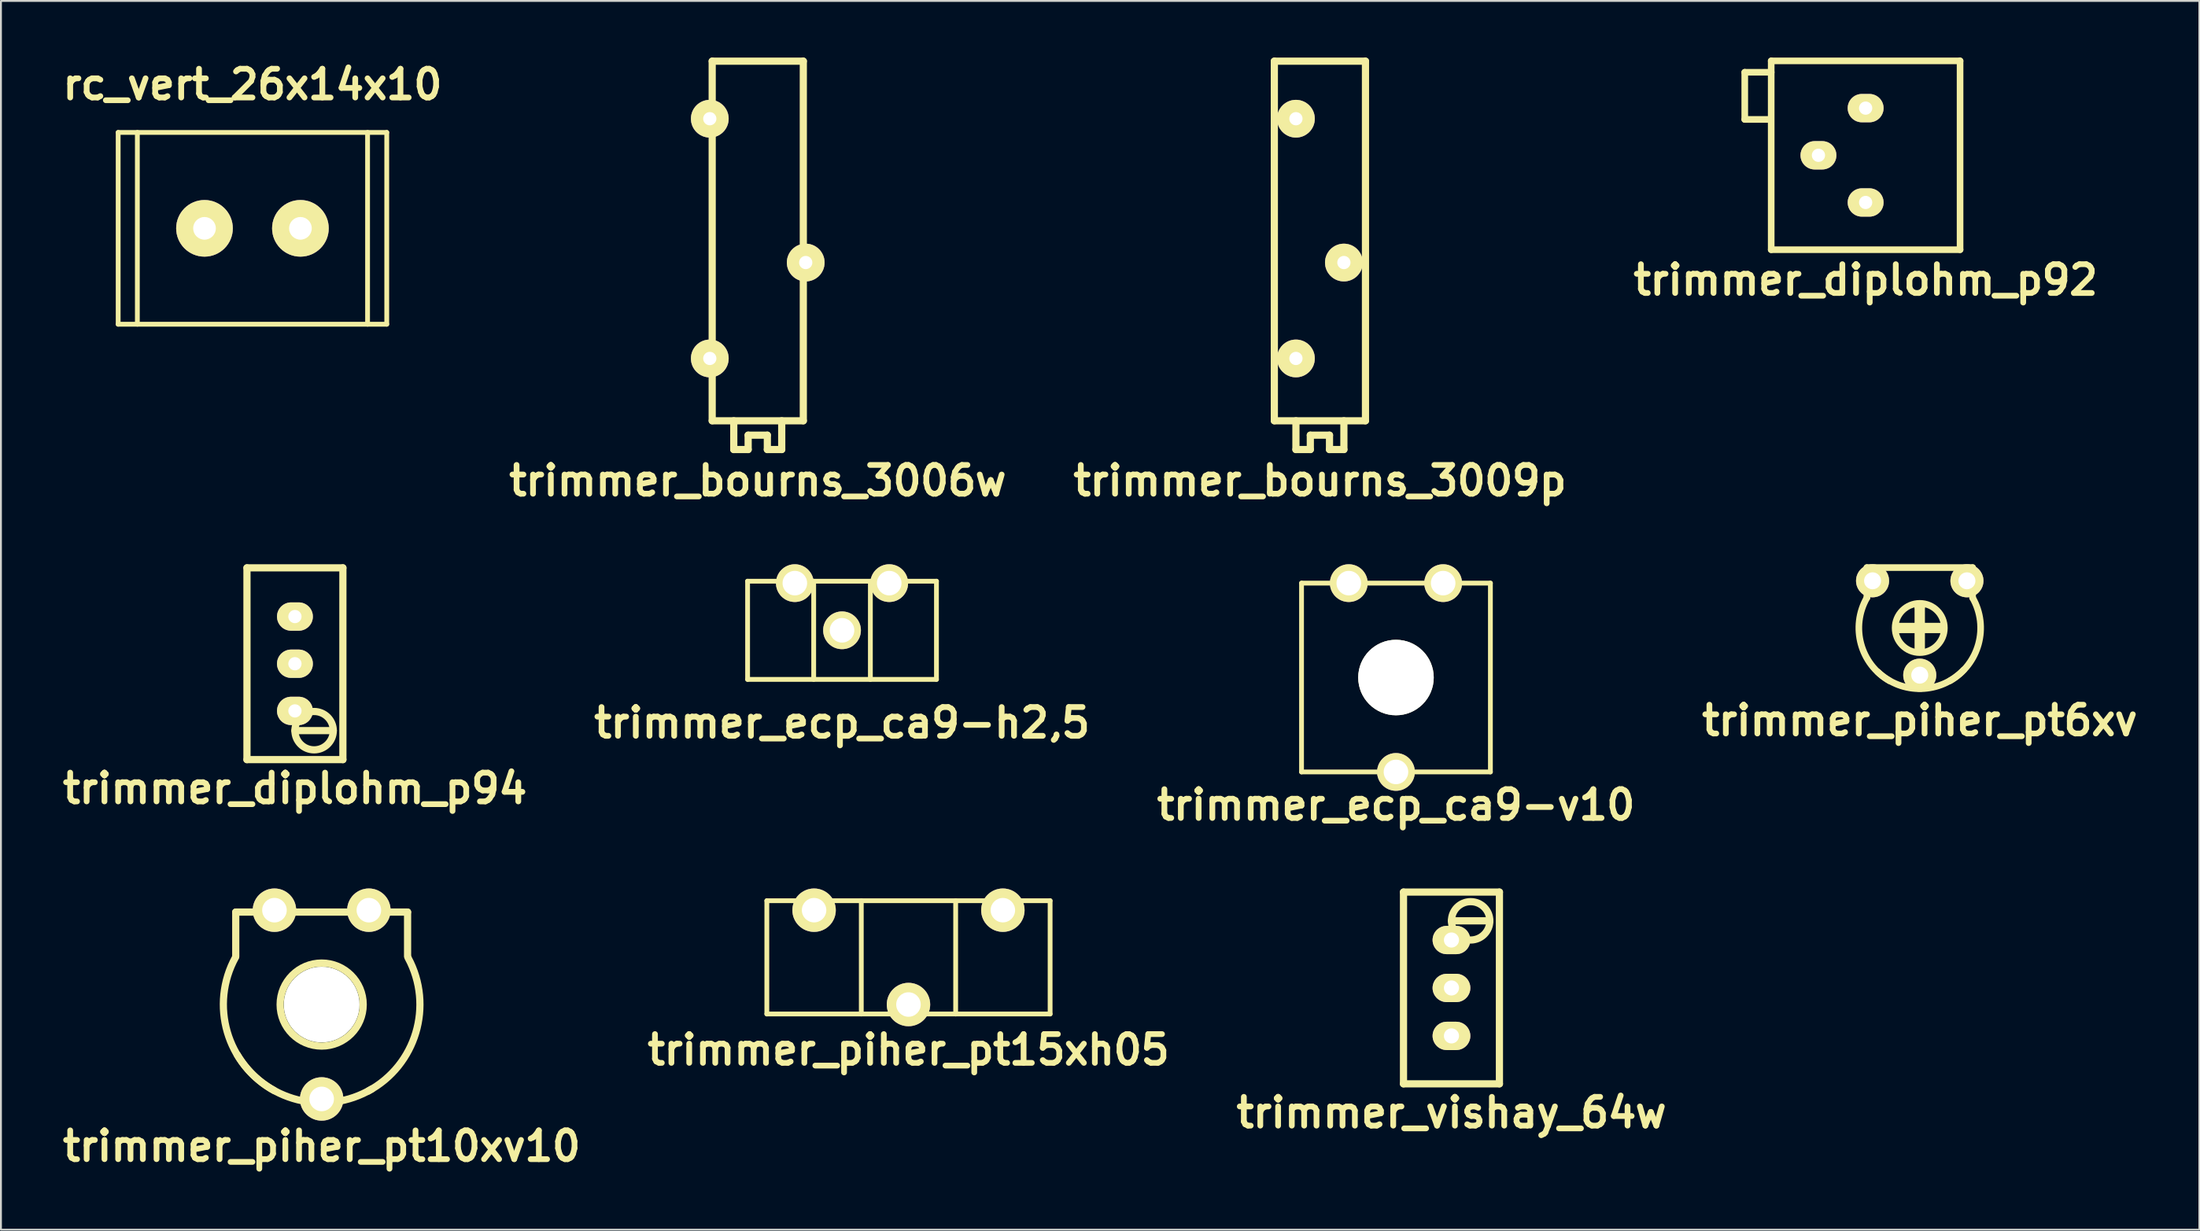
<source format=kicad_pcb>
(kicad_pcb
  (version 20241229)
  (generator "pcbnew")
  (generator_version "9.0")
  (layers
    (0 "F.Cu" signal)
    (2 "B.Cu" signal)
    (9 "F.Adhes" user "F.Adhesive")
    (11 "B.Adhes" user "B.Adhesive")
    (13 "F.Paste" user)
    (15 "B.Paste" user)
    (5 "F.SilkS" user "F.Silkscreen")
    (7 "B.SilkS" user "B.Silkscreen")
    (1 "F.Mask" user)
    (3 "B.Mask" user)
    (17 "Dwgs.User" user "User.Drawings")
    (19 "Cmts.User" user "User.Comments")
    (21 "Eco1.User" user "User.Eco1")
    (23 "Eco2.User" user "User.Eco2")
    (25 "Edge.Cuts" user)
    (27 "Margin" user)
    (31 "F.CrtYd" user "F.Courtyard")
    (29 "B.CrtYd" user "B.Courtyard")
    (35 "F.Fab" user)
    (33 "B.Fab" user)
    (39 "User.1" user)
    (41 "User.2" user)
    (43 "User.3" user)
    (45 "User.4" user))
  (footprint "trimmer_ecp_ca9-v10"
    (layer "F.Cu")
    (at 70.879 32.843)
    (property "Reference" "trimmer_ecp_ca9-v10" (at 0 6.749 0) (layer "F.SilkS") (effects (font (size 1.524 1.524) (thickness 0.305))))
    (attr through_hole)
    (fp_line (start -5.001 -5.001) (end -5.001 5.001) (stroke (width 0.254) (type solid)) (layer "F.SilkS"))
    (fp_line (start -5.001 5.001) (end 5.001 5.001) (stroke (width 0.254) (type solid)) (layer "F.SilkS"))
    (fp_line (start -1.001 -0.249) (end -0.5 -0.249) (stroke (width 0.254) (type solid)) (layer "F.SilkS"))
    (fp_line (start -0.5 -1.001) (end 0.5 -1.001) (stroke (width 0.254) (type solid)) (layer "F.SilkS"))
    (fp_line (start -0.5 -0.249) (end -0.5 -1.001) (stroke (width 0.254) (type solid)) (layer "F.SilkS"))
    (fp_line (start -0.5 0.249) (end -1.001 -0.249) (stroke (width 0.254) (type solid)) (layer "F.SilkS"))
    (fp_line (start -0.5 1.001) (end -0.5 0.249) (stroke (width 0.254) (type solid)) (layer "F.SilkS"))
    (fp_line (start 0.5 -1.001) (end 0.5 -0.249) (stroke (width 0.254) (type solid)) (layer "F.SilkS"))
    (fp_line (start 0.5 -0.249) (end 1.001 -0.249) (stroke (width 0.254) (type solid)) (layer "F.SilkS"))
    (fp_line (start 0.5 0.249) (end 0.5 1.001) (stroke (width 0.254) (type solid)) (layer "F.SilkS"))
    (fp_line (start 0.5 1.001) (end -0.5 1.001) (stroke (width 0.254) (type solid)) (layer "F.SilkS"))
    (fp_line (start 1.001 -0.249) (end 0.5 0.249) (stroke (width 0.254) (type solid)) (layer "F.SilkS"))
    (fp_line (start 5.001 -5.001) (end -5.001 -5.001) (stroke (width 0.254) (type solid)) (layer "F.SilkS"))
    (fp_line (start 5.001 5.001) (end 5.001 -5.001) (stroke (width 0.254) (type solid)) (layer "F.SilkS"))
    (fp_circle (center 0 0) (end -1.501 0) (stroke (width 0.254) (type solid)) (fill no) (layer "F.SilkS"))
    (pad "" np_thru_hole circle (at 0 0) (size 4 4) (drill 4) (layers "*.Cu" "*.Mask" "F.SilkS"))
    (pad "1" thru_hole circle (at 2.499 -5.001) (size 1.999 1.999) (drill 1.3) (layers "*.Cu" "*.Mask" "F.SilkS"))
    (pad "2" thru_hole circle (at 0 5.001) (size 1.999 1.999) (drill 1.3) (layers "*.Cu" "*.Mask" "F.SilkS"))
    (pad "3" thru_hole circle (at -2.499 -5.001) (size 1.999 1.999) (drill 1.3) (layers "*.Cu" "*.Mask" "F.SilkS")))
  (footprint "trimmer_bourns_3009p"
    (layer "F.Cu")
    (at 66.851 9.716)
    (property "Reference" "trimmer_bourns_3009p" (at 0 12.7 0) (layer "F.SilkS") (effects (font (size 1.524 1.524) (thickness 0.305))))
    (attr through_hole)
    (fp_line (start -2.413 9.525) (end -2.413 -9.525) (stroke (width 0.381) (type solid)) (layer "F.SilkS"))
    (fp_line (start -1.27 9.525) (end -1.27 11.049) (stroke (width 0.381) (type solid)) (layer "F.SilkS"))
    (fp_line (start -0.508 10.287) (end 0.508 10.287) (stroke (width 0.381) (type solid)) (layer "F.SilkS"))
    (fp_line (start -0.508 11.049) (end -1.27 11.049) (stroke (width 0.381) (type solid)) (layer "F.SilkS"))
    (fp_line (start -0.508 11.049) (end -0.508 10.287) (stroke (width 0.381) (type solid)) (layer "F.SilkS"))
    (fp_line (start 0.508 10.287) (end 0.508 11.049) (stroke (width 0.381) (type solid)) (layer "F.SilkS"))
    (fp_line (start 0.508 11.049) (end 1.27 11.049) (stroke (width 0.381) (type solid)) (layer "F.SilkS"))
    (fp_line (start 1.27 11.049) (end 1.27 9.525) (stroke (width 0.381) (type solid)) (layer "F.SilkS"))
    (fp_line (start 2.413 -9.525) (end -2.413 -9.525) (stroke (width 0.381) (type solid)) (layer "F.SilkS"))
    (fp_line (start 2.413 -9.525) (end 2.413 9.525) (stroke (width 0.381) (type solid)) (layer "F.SilkS"))
    (fp_line (start 2.413 9.525) (end -2.413 9.525) (stroke (width 0.381) (type solid)) (layer "F.SilkS"))
    (pad "1" thru_hole oval (at -1.27 -6.477) (size 1.999 1.999) (drill 0.701) (layers "*.Cu" "*.Mask" "F.SilkS"))
    (pad "2" thru_hole oval (at 1.27 1.143) (size 1.999 1.999) (drill 0.701) (layers "*.Cu" "*.Mask" "F.SilkS"))
    (pad "3" thru_hole oval (at -1.27 6.223) (size 1.999 1.999) (drill 0.701) (layers "*.Cu" "*.Mask" "F.SilkS")))
  (footprint "trimmer_diplohm_p92"
    (layer "F.Cu")
    (at 95.752 5.177)
    (property "Reference" "trimmer_diplohm_p92" (at 0 6.604 0) (layer "F.SilkS") (effects (font (size 1.524 1.524) (thickness 0.305))))
    (attr through_hole)
    (fp_line (start -6.401 -4.399) (end -6.401 -1.9) (stroke (width 0.351) (type solid)) (layer "F.SilkS"))
    (fp_line (start -6.401 -1.9) (end -5.1 -1.9) (stroke (width 0.351) (type solid)) (layer "F.SilkS"))
    (fp_line (start -5.001 -5.001) (end 5.001 -5.001) (stroke (width 0.351) (type solid)) (layer "F.SilkS"))
    (fp_line (start -5.001 -4.399) (end -6.401 -4.399) (stroke (width 0.351) (type solid)) (layer "F.SilkS"))
    (fp_line (start -5.001 5.001) (end -5.001 -5.001) (stroke (width 0.351) (type solid)) (layer "F.SilkS"))
    (fp_line (start 5.001 -5.001) (end 5.001 5.001) (stroke (width 0.351) (type solid)) (layer "F.SilkS"))
    (fp_line (start 5.001 5.001) (end -5.001 5.001) (stroke (width 0.351) (type solid)) (layer "F.SilkS"))
    (pad "1" thru_hole oval (at 0 -2.499) (size 1.9 1.501) (drill 0.701) (layers "*.Cu" "*.Mask" "F.SilkS"))
    (pad "2" thru_hole oval (at -2.499 0) (size 1.9 1.501) (drill 0.701) (layers "*.Cu" "*.Mask" "F.SilkS"))
    (pad "3" thru_hole oval (at 0 2.499) (size 1.9 1.501) (drill 0.701) (layers "*.Cu" "*.Mask" "F.SilkS")))
  (footprint "trimmer_diplohm_p94"
    (layer "F.Cu")
    (at 12.569 32.112)
    (property "Reference" "trimmer_diplohm_p94" (at 0 6.604 0) (layer "F.SilkS") (effects (font (size 1.524 1.524) (thickness 0.305))))
    (attr through_hole)
    (fp_line (start -2.54 5.08) (end -2.54 -5.08) (stroke (width 0.381) (type solid)) (layer "F.SilkS"))
    (fp_line (start 0 3.543) (end 2.032 3.543) (stroke (width 0.381) (type solid)) (layer "F.SilkS"))
    (fp_line (start 2.54 -5.08) (end -2.54 -5.08) (stroke (width 0.381) (type solid)) (layer "F.SilkS"))
    (fp_line (start 2.54 -5.08) (end 2.54 5.08) (stroke (width 0.381) (type solid)) (layer "F.SilkS"))
    (fp_line (start 2.54 5.08) (end -2.54 5.08) (stroke (width 0.381) (type solid)) (layer "F.SilkS"))
    (fp_circle (center 1.016 3.546) (end 2.032 3.546) (stroke (width 0.381) (type solid)) (fill no) (layer "F.SilkS"))
    (pad "1" thru_hole oval (at 0 2.499) (size 1.9 1.501) (drill 0.701) (layers "*.Cu" "*.Mask" "F.SilkS"))
    (pad "2" thru_hole oval (at 0 0) (size 1.9 1.501) (drill 0.701) (layers "*.Cu" "*.Mask" "F.SilkS"))
    (pad "3" thru_hole oval (at 0 -2.499) (size 1.9 1.501) (drill 0.701) (layers "*.Cu" "*.Mask" "F.SilkS")))
  (footprint "trimmer_ecp_ca9-h2,5"
    (layer "F.Cu")
    (at 41.543 30.341)
    (property "Reference" "trimmer_ecp_ca9-h2,5" (at 0 4.9 0) (layer "F.SilkS") (effects (font (size 1.524 1.524) (thickness 0.305))))
    (attr through_hole)
    (fp_line (start -5.001 -2.601) (end 5.001 -2.601) (stroke (width 0.254) (type solid)) (layer "F.SilkS"))
    (fp_line (start -5.001 2.601) (end -5.001 -2.601) (stroke (width 0.254) (type solid)) (layer "F.SilkS"))
    (fp_line (start -1.501 -2.601) (end -1.501 2.601) (stroke (width 0.254) (type solid)) (layer "F.SilkS"))
    (fp_line (start 1.501 -2.601) (end 1.501 2.601) (stroke (width 0.254) (type solid)) (layer "F.SilkS"))
    (fp_line (start 5.001 -2.601) (end 5.001 2.601) (stroke (width 0.254) (type solid)) (layer "F.SilkS"))
    (fp_line (start 5.001 2.601) (end -5.001 2.601) (stroke (width 0.254) (type solid)) (layer "F.SilkS"))
    (pad "1" thru_hole circle (at 2.499 -2.499) (size 1.999 1.999) (drill 1.3) (layers "*.Cu" "*.Mask" "F.SilkS"))
    (pad "2" thru_hole circle (at 0 0) (size 1.999 1.999) (drill 1.3) (layers "*.Cu" "*.Mask" "F.SilkS"))
    (pad "3" thru_hole circle (at -2.499 -2.499) (size 1.999 1.999) (drill 1.3) (layers "*.Cu" "*.Mask" "F.SilkS")))
  (footprint "trimmer_piher_pt10xv10"
    (layer "F.Cu")
    (at 13.985 50.168)
    (property "Reference" "trimmer_piher_pt10xv10" (at 0 7.5 0) (layer "F.SilkS") (effects (font (size 1.524 1.524) (thickness 0.305))))
    (attr through_hole)
    (fp_line (start -4.55 -4.9) (end -4.55 -2.55) (stroke (width 0.381) (type solid)) (layer "F.SilkS"))
    (fp_line (start 4.55 -4.9) (end -4.55 -4.9) (stroke (width 0.381) (type solid)) (layer "F.SilkS"))
    (fp_line (start 4.55 -2.55) (end 4.55 -4.9) (stroke (width 0.381) (type solid)) (layer "F.SilkS"))
    (fp_arc (start -2.51 4.56) (mid -4.999245 1.449569) (end -4.56 -2.51) (stroke (width 0.381) (type solid)) (layer "F.SilkS"))
    (fp_arc (start 2.66 4.47) (mid -1.279863 5.041671) (end -4.47 2.66) (stroke (width 0.381) (type solid)) (layer "F.SilkS"))
    (fp_arc (start 4.58 -2.47) (mid 4.985103 1.491995) (end 2.47 4.58) (stroke (width 0.381) (type solid)) (layer "F.SilkS"))
    (fp_circle (center 0 0) (end 2.2 0) (stroke (width 0.381) (type solid)) (fill no) (layer "F.SilkS"))
    (pad "" np_thru_hole circle (at 0 0) (size 4 4) (drill 4) (layers "*.Cu" "*.Mask" "F.SilkS"))
    (pad "1" thru_hole circle (at 2.5 -5) (size 2.3 2.3) (drill 1.3) (layers "*.Cu" "*.Mask" "F.SilkS"))
    (pad "2" thru_hole circle (at 0 5) (size 2.3 2.3) (drill 1.3) (layers "*.Cu" "*.Mask" "F.SilkS"))
    (pad "3" thru_hole circle (at -2.5 -5) (size 2.3 2.3) (drill 1.3) (layers "*.Cu" "*.Mask" "F.SilkS")))
  (footprint "trimmer_bourns_3006w"
    (layer "F.Cu")
    (at 37.08 9.716)
    (property "Reference" "trimmer_bourns_3006w" (at 0 12.7 0) (layer "F.SilkS") (effects (font (size 1.524 1.524) (thickness 0.305))))
    (attr through_hole)
    (fp_line (start -2.413 9.525) (end -2.413 -9.525) (stroke (width 0.381) (type solid)) (layer "F.SilkS"))
    (fp_line (start -1.27 9.525) (end -1.27 11.049) (stroke (width 0.381) (type solid)) (layer "F.SilkS"))
    (fp_line (start -0.508 10.287) (end 0.508 10.287) (stroke (width 0.381) (type solid)) (layer "F.SilkS"))
    (fp_line (start -0.508 11.049) (end -1.27 11.049) (stroke (width 0.381) (type solid)) (layer "F.SilkS"))
    (fp_line (start -0.508 11.049) (end -0.508 10.287) (stroke (width 0.381) (type solid)) (layer "F.SilkS"))
    (fp_line (start 0.508 10.287) (end 0.508 11.049) (stroke (width 0.381) (type solid)) (layer "F.SilkS"))
    (fp_line (start 0.508 11.049) (end 1.27 11.049) (stroke (width 0.381) (type solid)) (layer "F.SilkS"))
    (fp_line (start 1.27 11.049) (end 1.27 9.525) (stroke (width 0.381) (type solid)) (layer "F.SilkS"))
    (fp_line (start 2.413 -9.525) (end -2.413 -9.525) (stroke (width 0.381) (type solid)) (layer "F.SilkS"))
    (fp_line (start 2.413 -9.525) (end 2.413 9.525) (stroke (width 0.381) (type solid)) (layer "F.SilkS"))
    (fp_line (start 2.413 9.525) (end -2.413 9.525) (stroke (width 0.381) (type solid)) (layer "F.SilkS"))
    (pad "1" thru_hole oval (at -2.54 -6.477) (size 1.999 1.999) (drill 0.701) (layers "*.Cu" "*.Mask" "F.SilkS"))
    (pad "2" thru_hole oval (at 2.54 1.143) (size 1.999 1.999) (drill 0.701) (layers "*.Cu" "*.Mask" "F.SilkS"))
    (pad "3" thru_hole oval (at -2.54 6.223) (size 1.999 1.999) (drill 0.701) (layers "*.Cu" "*.Mask" "F.SilkS")))
  (footprint "trimmer_vishay_64w"
    (layer "F.Cu")
    (at 73.818 49.288)
    (property "Reference" "trimmer_vishay_64w" (at 0 6.604 0) (layer "F.SilkS") (effects (font (size 1.524 1.524) (thickness 0.305))))
    (attr through_hole)
    (fp_line (start -2.54 5.08) (end -2.54 -5.08) (stroke (width 0.381) (type solid)) (layer "F.SilkS"))
    (fp_line (start 0 -3.556) (end 2.032 -3.556) (stroke (width 0.381) (type solid)) (layer "F.SilkS"))
    (fp_line (start 2.54 -5.08) (end -2.54 -5.08) (stroke (width 0.381) (type solid)) (layer "F.SilkS"))
    (fp_line (start 2.54 -5.08) (end 2.54 5.08) (stroke (width 0.381) (type solid)) (layer "F.SilkS"))
    (fp_line (start 2.54 5.08) (end -2.54 5.08) (stroke (width 0.381) (type solid)) (layer "F.SilkS"))
    (fp_circle (center 1.016 -3.556) (end 2.032 -3.556) (stroke (width 0.381) (type solid)) (fill no) (layer "F.SilkS"))
    (pad "1" thru_hole oval (at 0 -2.54) (size 1.999 1.501) (drill 0.8) (layers "*.Cu" "*.Mask" "F.SilkS"))
    (pad "2" thru_hole oval (at 0 0) (size 1.999 1.501) (drill 0.8) (layers "*.Cu" "*.Mask" "F.SilkS"))
    (pad "3" thru_hole oval (at 0 2.54) (size 1.999 1.501) (drill 0.8) (layers "*.Cu" "*.Mask" "F.SilkS")))
  (footprint "trimmer_piher_pt15xh05"
    (layer "F.Cu")
    (at 45.062 47.667)
    (property "Reference" "trimmer_piher_pt15xh05" (at 0 4.9 0) (layer "F.SilkS") (effects (font (size 1.524 1.524) (thickness 0.305))))
    (attr through_hole)
    (fp_line (start -7.501 -3) (end 7.501 -3) (stroke (width 0.254) (type solid)) (layer "F.SilkS"))
    (fp_line (start -7.501 3) (end -7.501 -3) (stroke (width 0.254) (type solid)) (layer "F.SilkS"))
    (fp_line (start -2.499 -3) (end -2.499 3) (stroke (width 0.254) (type solid)) (layer "F.SilkS"))
    (fp_line (start 2.499 3) (end 2.499 -3) (stroke (width 0.254) (type solid)) (layer "F.SilkS"))
    (fp_line (start 7.501 -3) (end 7.501 3) (stroke (width 0.254) (type solid)) (layer "F.SilkS"))
    (fp_line (start 7.501 3) (end -7.501 3) (stroke (width 0.254) (type solid)) (layer "F.SilkS"))
    (pad "1" thru_hole circle (at 4.999 -2.499) (size 2.299 2.299) (drill 1.295) (layers "*.Cu" "*.Mask" "F.SilkS"))
    (pad "2" thru_hole circle (at 0 2.499) (size 2.299 2.299) (drill 1.298) (layers "*.Cu" "*.Mask" "F.SilkS"))
    (pad "3" thru_hole circle (at -4.999 -2.499) (size 2.299 2.299) (drill 1.295) (layers "*.Cu" "*.Mask" "F.SilkS")))
  (footprint "trimmer_piher_pt6xv"
    (layer "F.Cu")
    (at 98.618 30.218)
    (property "Reference" "trimmer_piher_pt6xv" (at 0 4.9 0) (layer "F.SilkS") (effects (font (size 1.524 1.524) (thickness 0.305))))
    (attr through_hole)
    (fp_line (start -2.799 -3.2) (end -2.799 -1.6) (stroke (width 0.351) (type solid)) (layer "F.SilkS"))
    (fp_line (start -1.1 -0.099) (end -1.1 0.099) (stroke (width 0.351) (type solid)) (layer "F.SilkS"))
    (fp_line (start -1.1 0.099) (end 1.199 0.099) (stroke (width 0.351) (type solid)) (layer "F.SilkS"))
    (fp_line (start -0.099 -1.1) (end 0.099 -1.1) (stroke (width 0.351) (type solid)) (layer "F.SilkS"))
    (fp_line (start -0.099 1.199) (end -0.099 -1.1) (stroke (width 0.351) (type solid)) (layer "F.SilkS"))
    (fp_line (start 0.099 -1.1) (end 0.099 1.199) (stroke (width 0.351) (type solid)) (layer "F.SilkS"))
    (fp_line (start 1.199 -0.099) (end -1.1 -0.099) (stroke (width 0.351) (type solid)) (layer "F.SilkS"))
    (fp_line (start 2.799 -3.2) (end -2.799 -3.2) (stroke (width 0.351) (type solid)) (layer "F.SilkS"))
    (fp_line (start 2.799 -3.2) (end 2.799 -1.6) (stroke (width 0.351) (type solid)) (layer "F.SilkS"))
    (fp_arc (start -1.6002 2.79908) (mid -3.110761 0.847736) (end -2.79908 -1.6002) (stroke (width 0.35052) (type solid)) (layer "F.SilkS"))
    (fp_arc (start 2.32918 2.21996) (mid 0.07723 3.216728) (end -2.21996 2.32918) (stroke (width 0.35052) (type solid)) (layer "F.SilkS"))
    (fp_arc (start 2.79908 -1.6002) (mid 3.110761 0.847736) (end 1.6002 2.79908) (stroke (width 0.35052) (type solid)) (layer "F.SilkS"))
    (fp_circle (center 0 0) (end -1.3 0.099) (stroke (width 0.351) (type solid)) (fill no) (layer "F.SilkS"))
    (pad "1" thru_hole circle (at 2.499 -2.499) (size 1.75 1.75) (drill 0.899) (layers "*.Cu" "*.Mask" "F.SilkS"))
    (pad "2" thru_hole circle (at 0 2.499) (size 1.75 1.75) (drill 0.899) (layers "*.Cu" "*.Mask" "F.SilkS"))
    (pad "3" thru_hole circle (at -2.499 -2.499) (size 1.75 1.75) (drill 0.899) (layers "*.Cu" "*.Mask" "F.SilkS")))
  (footprint "rc_vert_26x14x10"
    (layer "F.Cu")
    (at 10.32 9.046)
    (property "Reference" "rc_vert_26x14x10" (at 0 -7.62 0) (layer "F.SilkS") (effects (font (size 1.524 1.524) (thickness 0.305))))
    (attr through_hole)
    (fp_line (start -7.112 -5.08) (end -7.112 5.08) (stroke (width 0.254) (type solid)) (layer "F.SilkS"))
    (fp_line (start -7.112 5.08) (end 7.112 5.08) (stroke (width 0.254) (type solid)) (layer "F.SilkS"))
    (fp_line (start -6.096 -5.08) (end -6.096 5.08) (stroke (width 0.254) (type solid)) (layer "F.SilkS"))
    (fp_line (start 6.096 -5.08) (end 6.096 5.08) (stroke (width 0.254) (type solid)) (layer "F.SilkS"))
    (fp_line (start 7.112 -5.08) (end -7.112 -5.08) (stroke (width 0.254) (type solid)) (layer "F.SilkS"))
    (fp_line (start 7.112 5.08) (end 7.112 -5.08) (stroke (width 0.254) (type solid)) (layer "F.SilkS"))
    (pad "1" thru_hole circle (at 2.54 0) (size 3 3) (drill 1.2) (layers "*.Cu" "*.Mask" "F.SilkS"))
    (pad "2" thru_hole circle (at -2.54 0) (size 3 3) (drill 1.2) (layers "*.Cu" "*.Mask" "F.SilkS")))
  (gr_rect
    (start -3 -3)
    (end 113.426 62.094)
    (stroke (width 0.1) (type default))
    (fill no)
    (layer "Edge.Cuts")))
</source>
